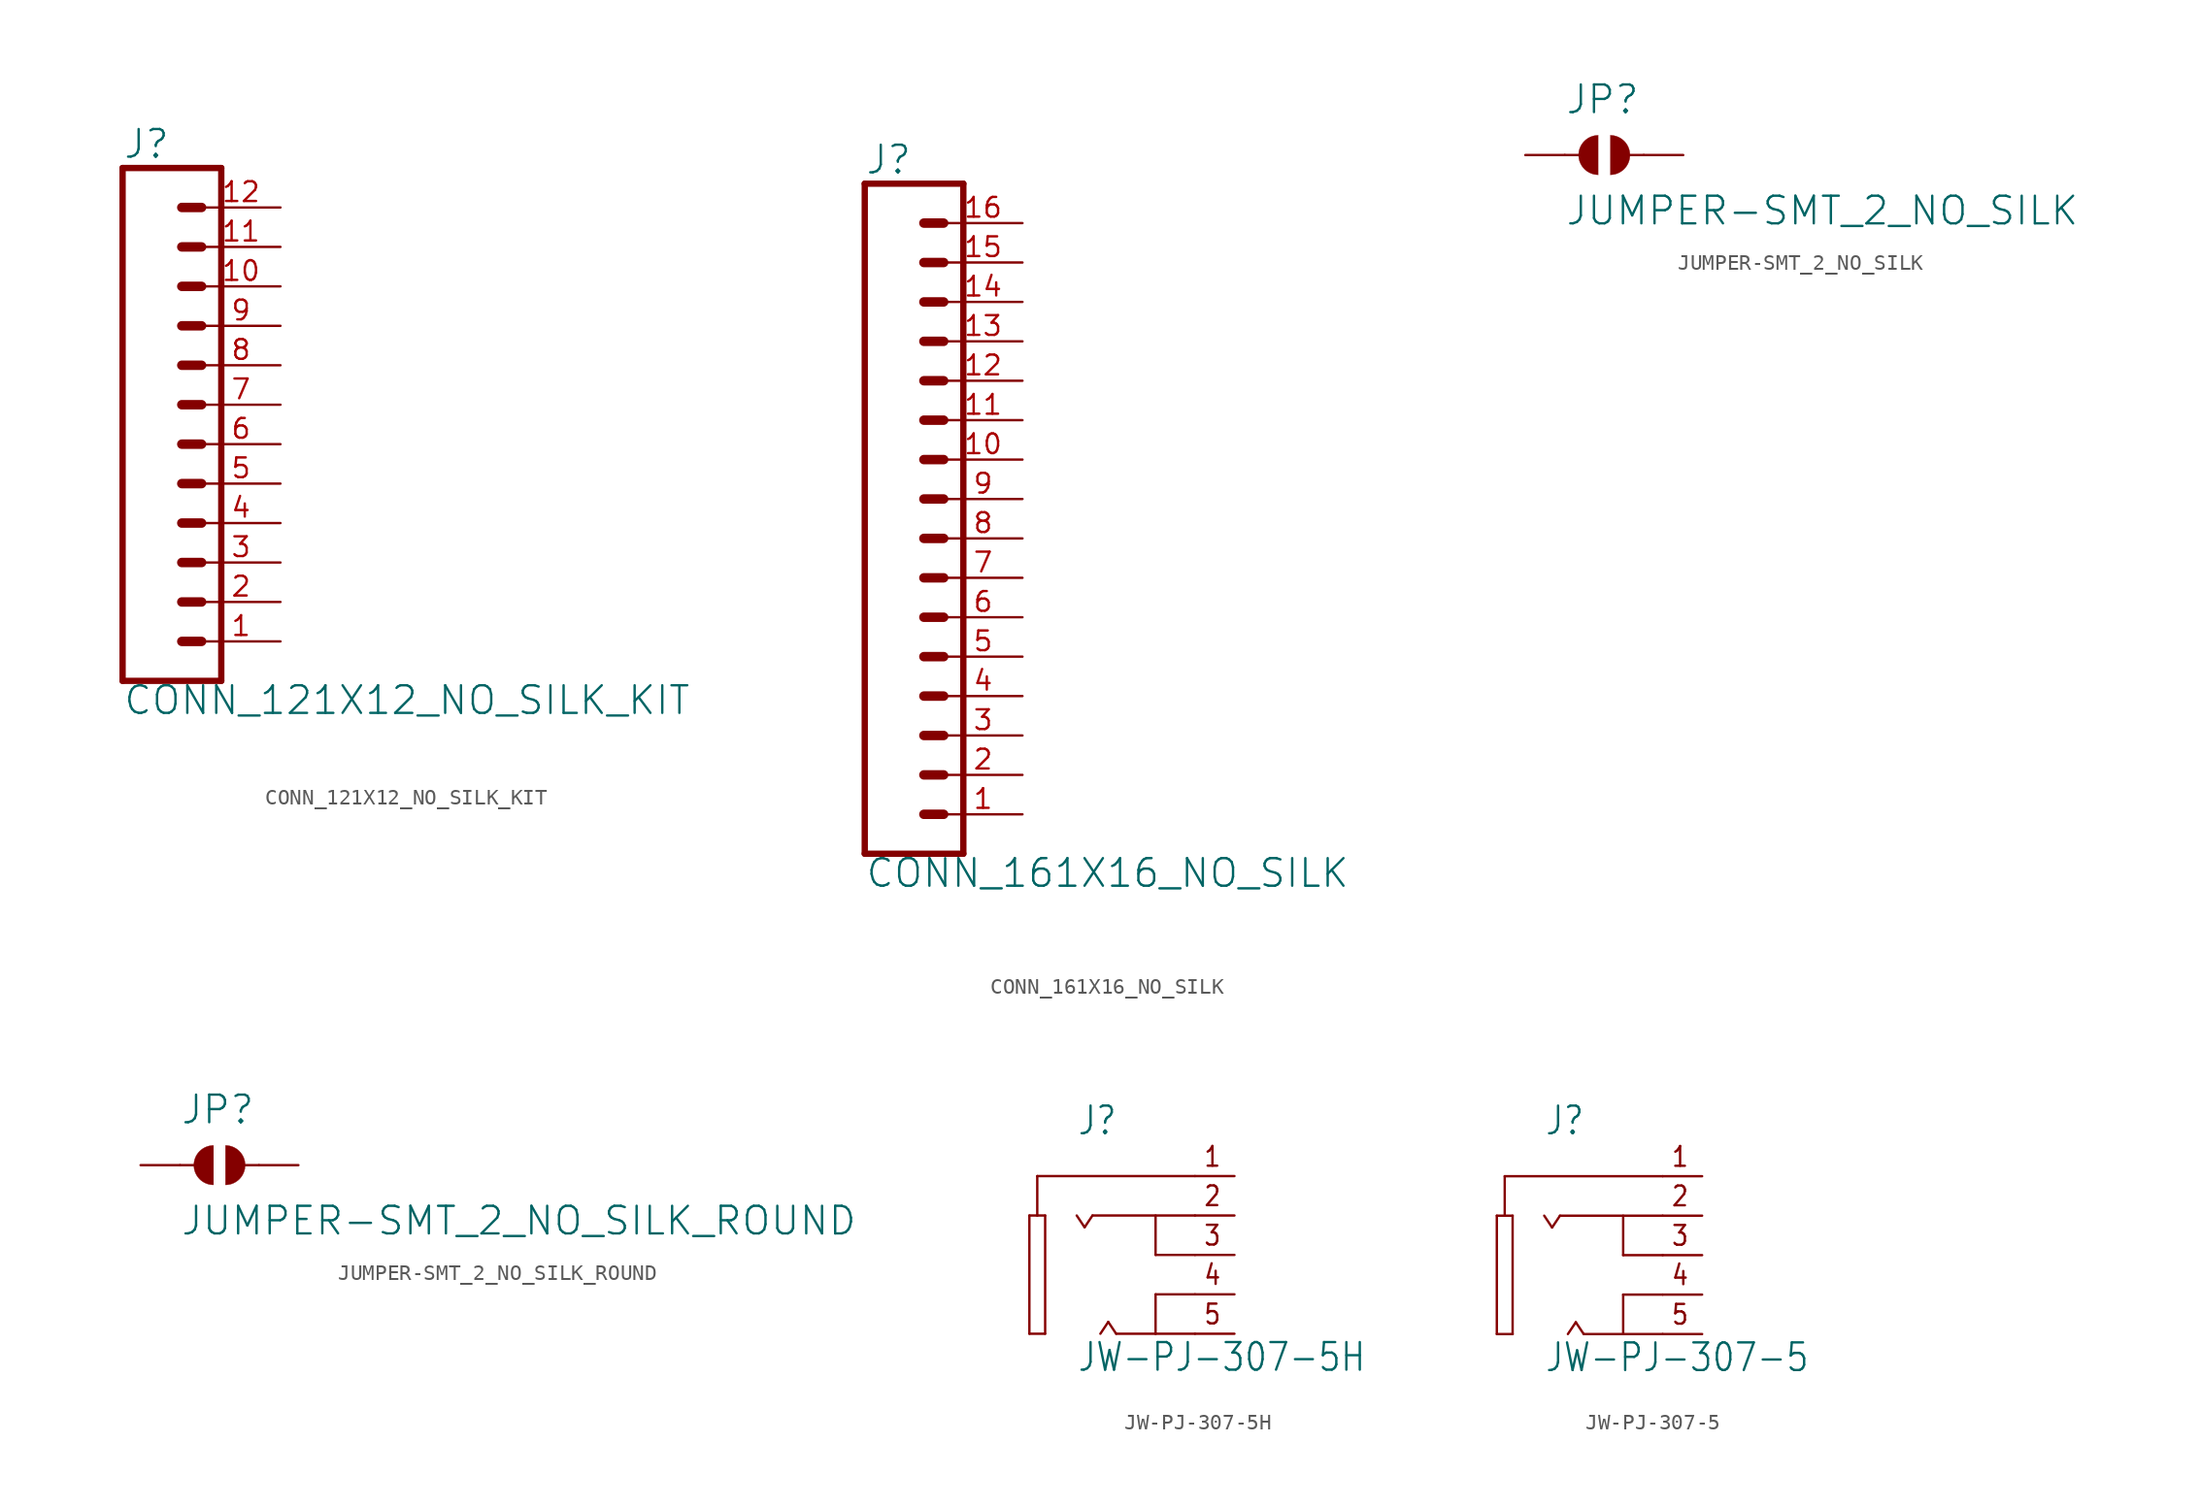
<source format=kicad_sym>
(kicad_symbol_lib
  (version 20220331)
  (generator kicad_symbol_editor)
  (symbol "CONN_121X12_NO_SILK_KIT"
    (property "Reference" "J"
      (at 0 15.748 0)
      (effects (font (size 1.778 1.778)) (justify left bottom)))
    (property "Value" "CONN_121X12_NO_SILK_KIT"
      (at 0 -20.066 0)
      (effects (font (size 1.778 1.778)) (justify left bottom)))
    (property "ki_locked" ""
      (at 0 0 0)
      (effects (font (size 1.27 1.27))))
    (symbol "CONN_121X12_NO_SILK_KIT_1_0"
      (polyline (pts (xy 0 15.24) (xy 0 -17.78)) (stroke (width 0.406) (type solid)) (fill (type none)))
      (polyline (pts (xy 0 15.24) (xy 6.35 15.24)) (stroke (width 0.406) (type solid)) (fill (type none)))
      (polyline (pts (xy 3.81 -15.24) (xy 5.08 -15.24)) (stroke (width 0.61) (type solid)) (fill (type none)))
      (polyline (pts (xy 3.81 -12.7) (xy 5.08 -12.7)) (stroke (width 0.61) (type solid)) (fill (type none)))
      (polyline (pts (xy 3.81 -10.16) (xy 5.08 -10.16)) (stroke (width 0.61) (type solid)) (fill (type none)))
      (polyline (pts (xy 3.81 -7.62) (xy 5.08 -7.62)) (stroke (width 0.61) (type solid)) (fill (type none)))
      (polyline (pts (xy 3.81 -5.08) (xy 5.08 -5.08)) (stroke (width 0.61) (type solid)) (fill (type none)))
      (polyline (pts (xy 3.81 -2.54) (xy 5.08 -2.54)) (stroke (width 0.61) (type solid)) (fill (type none)))
      (polyline (pts (xy 3.81 0) (xy 5.08 0)) (stroke (width 0.61) (type solid)) (fill (type none)))
      (polyline (pts (xy 3.81 2.54) (xy 5.08 2.54)) (stroke (width 0.61) (type solid)) (fill (type none)))
      (polyline (pts (xy 3.81 5.08) (xy 5.08 5.08)) (stroke (width 0.61) (type solid)) (fill (type none)))
      (polyline (pts (xy 3.81 7.62) (xy 5.08 7.62)) (stroke (width 0.61) (type solid)) (fill (type none)))
      (polyline (pts (xy 3.81 10.16) (xy 5.08 10.16)) (stroke (width 0.61) (type solid)) (fill (type none)))
      (polyline (pts (xy 3.81 12.7) (xy 5.08 12.7)) (stroke (width 0.61) (type solid)) (fill (type none)))
      (polyline (pts (xy 6.35 -17.78) (xy 0 -17.78)) (stroke (width 0.406) (type solid)) (fill (type none)))
      (polyline (pts (xy 6.35 -17.78) (xy 6.35 15.24)) (stroke (width 0.406) (type solid)) (fill (type none)))
      (pin passive line (at 10.16 -15.24 180) (length 5.08) (name "1" (effects (font (size 0 0)))) (number "1" (effects (font (size 1.27 1.27)))))
      (pin passive line (at 10.16 7.62 180) (length 5.08) (name "10" (effects (font (size 0 0)))) (number "10" (effects (font (size 1.27 1.27)))))
      (pin passive line (at 10.16 10.16 180) (length 5.08) (name "11" (effects (font (size 0 0)))) (number "11" (effects (font (size 1.27 1.27)))))
      (pin passive line (at 10.16 12.7 180) (length 5.08) (name "12" (effects (font (size 0 0)))) (number "12" (effects (font (size 1.27 1.27)))))
      (pin passive line (at 10.16 -12.7 180) (length 5.08) (name "2" (effects (font (size 0 0)))) (number "2" (effects (font (size 1.27 1.27)))))
      (pin passive line (at 10.16 -10.16 180) (length 5.08) (name "3" (effects (font (size 0 0)))) (number "3" (effects (font (size 1.27 1.27)))))
      (pin passive line (at 10.16 -7.62 180) (length 5.08) (name "4" (effects (font (size 0 0)))) (number "4" (effects (font (size 1.27 1.27)))))
      (pin passive line (at 10.16 -5.08 180) (length 5.08) (name "5" (effects (font (size 0 0)))) (number "5" (effects (font (size 1.27 1.27)))))
      (pin passive line (at 10.16 -2.54 180) (length 5.08) (name "6" (effects (font (size 0 0)))) (number "6" (effects (font (size 1.27 1.27)))))
      (pin passive line (at 10.16 0 180) (length 5.08) (name "7" (effects (font (size 0 0)))) (number "7" (effects (font (size 1.27 1.27)))))
      (pin passive line (at 10.16 2.54 180) (length 5.08) (name "8" (effects (font (size 0 0)))) (number "8" (effects (font (size 1.27 1.27)))))
      (pin passive line (at 10.16 5.08 180) (length 5.08) (name "9" (effects (font (size 0 0)))) (number "9" (effects (font (size 1.27 1.27)))))))
  (symbol "CONN_161X16_NO_SILK"
    (property "Reference" "J"
      (at 0 20.828 0)
      (effects (font (size 1.778 1.778)) (justify left bottom)))
    (property "Value" "CONN_161X16_NO_SILK"
      (at 0 -25.146 0)
      (effects (font (size 1.778 1.778)) (justify left bottom)))
    (property "ki_locked" ""
      (at 0 0 0)
      (effects (font (size 1.27 1.27))))
    (symbol "CONN_161X16_NO_SILK_1_0"
      (polyline (pts (xy 0 20.32) (xy 0 -22.86)) (stroke (width 0.406) (type solid)) (fill (type none)))
      (polyline (pts (xy 0 20.32) (xy 6.35 20.32)) (stroke (width 0.406) (type solid)) (fill (type none)))
      (polyline (pts (xy 3.81 -20.32) (xy 5.08 -20.32)) (stroke (width 0.61) (type solid)) (fill (type none)))
      (polyline (pts (xy 3.81 -17.78) (xy 5.08 -17.78)) (stroke (width 0.61) (type solid)) (fill (type none)))
      (polyline (pts (xy 3.81 -15.24) (xy 5.08 -15.24)) (stroke (width 0.61) (type solid)) (fill (type none)))
      (polyline (pts (xy 3.81 -12.7) (xy 5.08 -12.7)) (stroke (width 0.61) (type solid)) (fill (type none)))
      (polyline (pts (xy 3.81 -10.16) (xy 5.08 -10.16)) (stroke (width 0.61) (type solid)) (fill (type none)))
      (polyline (pts (xy 3.81 -7.62) (xy 5.08 -7.62)) (stroke (width 0.61) (type solid)) (fill (type none)))
      (polyline (pts (xy 3.81 -5.08) (xy 5.08 -5.08)) (stroke (width 0.61) (type solid)) (fill (type none)))
      (polyline (pts (xy 3.81 -2.54) (xy 5.08 -2.54)) (stroke (width 0.61) (type solid)) (fill (type none)))
      (polyline (pts (xy 3.81 0) (xy 5.08 0)) (stroke (width 0.61) (type solid)) (fill (type none)))
      (polyline (pts (xy 3.81 2.54) (xy 5.08 2.54)) (stroke (width 0.61) (type solid)) (fill (type none)))
      (polyline (pts (xy 3.81 5.08) (xy 5.08 5.08)) (stroke (width 0.61) (type solid)) (fill (type none)))
      (polyline (pts (xy 3.81 7.62) (xy 5.08 7.62)) (stroke (width 0.61) (type solid)) (fill (type none)))
      (polyline (pts (xy 3.81 10.16) (xy 5.08 10.16)) (stroke (width 0.61) (type solid)) (fill (type none)))
      (polyline (pts (xy 3.81 12.7) (xy 5.08 12.7)) (stroke (width 0.61) (type solid)) (fill (type none)))
      (polyline (pts (xy 3.81 15.24) (xy 5.08 15.24)) (stroke (width 0.61) (type solid)) (fill (type none)))
      (polyline (pts (xy 3.81 17.78) (xy 5.08 17.78)) (stroke (width 0.61) (type solid)) (fill (type none)))
      (polyline (pts (xy 6.35 -22.86) (xy 0 -22.86)) (stroke (width 0.406) (type solid)) (fill (type none)))
      (polyline (pts (xy 6.35 -22.86) (xy 6.35 20.32)) (stroke (width 0.406) (type solid)) (fill (type none)))
      (pin passive line (at 10.16 -20.32 180) (length 5.08) (name "1" (effects (font (size 0 0)))) (number "1" (effects (font (size 1.27 1.27)))))
      (pin passive line (at 10.16 2.54 180) (length 5.08) (name "10" (effects (font (size 0 0)))) (number "10" (effects (font (size 1.27 1.27)))))
      (pin passive line (at 10.16 5.08 180) (length 5.08) (name "11" (effects (font (size 0 0)))) (number "11" (effects (font (size 1.27 1.27)))))
      (pin passive line (at 10.16 7.62 180) (length 5.08) (name "12" (effects (font (size 0 0)))) (number "12" (effects (font (size 1.27 1.27)))))
      (pin passive line (at 10.16 10.16 180) (length 5.08) (name "13" (effects (font (size 0 0)))) (number "13" (effects (font (size 1.27 1.27)))))
      (pin passive line (at 10.16 12.7 180) (length 5.08) (name "14" (effects (font (size 0 0)))) (number "14" (effects (font (size 1.27 1.27)))))
      (pin passive line (at 10.16 15.24 180) (length 5.08) (name "15" (effects (font (size 0 0)))) (number "15" (effects (font (size 1.27 1.27)))))
      (pin passive line (at 10.16 17.78 180) (length 5.08) (name "16" (effects (font (size 0 0)))) (number "16" (effects (font (size 1.27 1.27)))))
      (pin passive line (at 10.16 -17.78 180) (length 5.08) (name "2" (effects (font (size 0 0)))) (number "2" (effects (font (size 1.27 1.27)))))
      (pin passive line (at 10.16 -15.24 180) (length 5.08) (name "3" (effects (font (size 0 0)))) (number "3" (effects (font (size 1.27 1.27)))))
      (pin passive line (at 10.16 -12.7 180) (length 5.08) (name "4" (effects (font (size 0 0)))) (number "4" (effects (font (size 1.27 1.27)))))
      (pin passive line (at 10.16 -10.16 180) (length 5.08) (name "5" (effects (font (size 0 0)))) (number "5" (effects (font (size 1.27 1.27)))))
      (pin passive line (at 10.16 -7.62 180) (length 5.08) (name "6" (effects (font (size 0 0)))) (number "6" (effects (font (size 1.27 1.27)))))
      (pin passive line (at 10.16 -5.08 180) (length 5.08) (name "7" (effects (font (size 0 0)))) (number "7" (effects (font (size 1.27 1.27)))))
      (pin passive line (at 10.16 -2.54 180) (length 5.08) (name "8" (effects (font (size 0 0)))) (number "8" (effects (font (size 1.27 1.27)))))
      (pin passive line (at 10.16 0 180) (length 5.08) (name "9" (effects (font (size 0 0)))) (number "9" (effects (font (size 1.27 1.27)))))))
  (symbol "JUMPER-SMT_2_NO_SILK"
    (property "Reference" "JP"
      (at -2.54 2.54 0)
      (effects (font (size 1.778 1.778)) (justify left bottom)))
    (property "Value" "JUMPER-SMT_2_NO_SILK"
      (at -2.54 -2.54 0)
      (effects (font (size 1.778 1.778)) (justify left top)))
    (property "ki_locked" ""
      (at 0 0 0)
      (effects (font (size 1.27 1.27))))
    (symbol "JUMPER-SMT_2_NO_SILK_1_0"
      (arc (start -0.381 1.2699) (mid -1.6508 0) (end -0.381 -1.2699) (stroke (width 0.0001) (type solid)) (fill (type outline)))
      (polyline (pts (xy -2.54 0) (xy -1.651 0)) (stroke (width 0.152) (type solid)) (fill (type none)))
      (polyline (pts (xy 2.54 0) (xy 1.651 0)) (stroke (width 0.152) (type solid)) (fill (type none)))
      (arc (start 0.381 -1.2699) (mid 1.6508 0) (end 0.381 1.2699) (stroke (width 0.0001) (type solid)) (fill (type outline)))
      (pin passive line (at -5.08 0 0) (length 2.54) (name "1" (effects (font (size 0 0)))) (number "1" (effects (font (size 0 0)))))
      (pin passive line (at 5.08 0 180) (length 2.54) (name "2" (effects (font (size 0 0)))) (number "2" (effects (font (size 0 0)))))))
  (symbol "JUMPER-SMT_2_NO_SILK_ROUND"
    (property "Reference" "JP"
      (at -2.54 2.54 0)
      (effects (font (size 1.778 1.778)) (justify left bottom)))
    (property "Value" "JUMPER-SMT_2_NO_SILK_ROUND"
      (at -2.54 -2.54 0)
      (effects (font (size 1.778 1.778)) (justify left top)))
    (property "ki_locked" ""
      (at 0 0 0)
      (effects (font (size 1.27 1.27))))
    (symbol "JUMPER-SMT_2_NO_SILK_ROUND_1_0"
      (arc (start -0.381 1.2699) (mid -1.6508 0) (end -0.381 -1.2699) (stroke (width 0.0001) (type solid)) (fill (type outline)))
      (polyline (pts (xy -2.54 0) (xy -1.651 0)) (stroke (width 0.152) (type solid)) (fill (type none)))
      (polyline (pts (xy 2.54 0) (xy 1.651 0)) (stroke (width 0.152) (type solid)) (fill (type none)))
      (arc (start 0.381 -1.2699) (mid 1.6508 0) (end 0.381 1.2699) (stroke (width 0.0001) (type solid)) (fill (type outline)))
      (pin passive line (at -5.08 0 0) (length 2.54) (name "1" (effects (font (size 0 0)))) (number "1" (effects (font (size 0 0)))))
      (pin passive line (at 5.08 0 180) (length 2.54) (name "2" (effects (font (size 0 0)))) (number "2" (effects (font (size 0 0)))))))
  (symbol "JW-PJ-307-5H"
    (property "Reference" "J"
      (at -2.54 7.62 0)
      (effects (font (size 1.778 1.511)) (justify left bottom)))
    (property "Value" "JW-PJ-307-5H"
      (at -2.54 -7.62 0)
      (effects (font (size 1.778 1.511)) (justify left bottom)))
    (property "ki_locked" ""
      (at 0 0 0)
      (effects (font (size 1.27 1.27))))
    (symbol "JW-PJ-307-5H_1_0"
      (polyline (pts (xy -5.588 -5.08) (xy -4.572 -5.08)) (stroke (width 0.152) (type solid)) (fill (type none)))
      (polyline (pts (xy -5.588 2.54) (xy -5.588 -5.08)) (stroke (width 0.152) (type solid)) (fill (type none)))
      (polyline (pts (xy -5.08 2.54) (xy -5.588 2.54)) (stroke (width 0.152) (type solid)) (fill (type none)))
      (polyline (pts (xy -5.08 5.08) (xy -5.08 2.54)) (stroke (width 0.152) (type solid)) (fill (type none)))
      (polyline (pts (xy -4.572 -5.08) (xy -4.572 2.54)) (stroke (width 0.152) (type solid)) (fill (type none)))
      (polyline (pts (xy -4.572 2.54) (xy -5.08 2.54)) (stroke (width 0.152) (type solid)) (fill (type none)))
      (polyline (pts (xy -2.032 1.778) (xy -2.54 2.54)) (stroke (width 0.152) (type solid)) (fill (type none)))
      (polyline (pts (xy -1.524 2.54) (xy -2.032 1.778)) (stroke (width 0.152) (type solid)) (fill (type none)))
      (polyline (pts (xy -0.508 -4.318) (xy -1.016 -5.08)) (stroke (width 0.152) (type solid)) (fill (type none)))
      (polyline (pts (xy 0 -5.08) (xy -0.508 -4.318)) (stroke (width 0.152) (type solid)) (fill (type none)))
      (polyline (pts (xy 2.54 -5.08) (xy 0 -5.08)) (stroke (width 0.152) (type solid)) (fill (type none)))
      (polyline (pts (xy 2.54 -2.54) (xy 2.54 -5.08)) (stroke (width 0.152) (type solid)) (fill (type none)))
      (polyline (pts (xy 2.54 0) (xy 2.54 2.54)) (stroke (width 0.152) (type solid)) (fill (type none)))
      (polyline (pts (xy 5.08 -5.08) (xy 2.54 -5.08)) (stroke (width 0.152) (type solid)) (fill (type none)))
      (polyline (pts (xy 5.08 -2.54) (xy 2.54 -2.54)) (stroke (width 0.152) (type solid)) (fill (type none)))
      (polyline (pts (xy 5.08 0) (xy 2.54 0)) (stroke (width 0.152) (type solid)) (fill (type none)))
      (polyline (pts (xy 5.08 2.54) (xy -1.524 2.54)) (stroke (width 0.152) (type solid)) (fill (type none)))
      (polyline (pts (xy 5.08 5.08) (xy -5.08 5.08)) (stroke (width 0.152) (type solid)) (fill (type none)))
      (text "1" (at 5.588 5.588 0) (effects (font (size 1.27 1.079)) (justify left bottom)))
      (text "2" (at 5.588 3.048 0) (effects (font (size 1.27 1.079)) (justify left bottom)))
      (text "3" (at 5.588 0.508 0) (effects (font (size 1.27 1.079)) (justify left bottom)))
      (text "4" (at 5.588 -2.032 0) (effects (font (size 1.27 1.079)) (justify left bottom)))
      (text "5" (at 5.588 -4.572 0) (effects (font (size 1.27 1.079)) (justify left bottom)))
      (pin passive line (at 7.62 5.08 180) (length 2.54) (name "1" (effects (font (size 0 0)))) (number "1" (effects (font (size 0 0)))))
      (pin passive line (at 7.62 2.54 180) (length 2.54) (name "2" (effects (font (size 0 0)))) (number "2" (effects (font (size 0 0)))))
      (pin passive line (at 7.62 0 180) (length 2.54) (name "3" (effects (font (size 0 0)))) (number "3" (effects (font (size 0 0)))))
      (pin passive line (at 7.62 -2.54 180) (length 2.54) (name "4" (effects (font (size 0 0)))) (number "4" (effects (font (size 0 0)))))
      (pin passive line (at 7.62 -5.08 180) (length 2.54) (name "5" (effects (font (size 0 0)))) (number "5" (effects (font (size 0 0)))))))
  (symbol "JW-PJ-307-5"
    (property "Reference" "J"
      (at -2.54 7.62 0)
      (effects (font (size 1.778 1.511)) (justify left bottom)))
    (property "Value" "JW-PJ-307-5"
      (at -2.54 -7.62 0)
      (effects (font (size 1.778 1.511)) (justify left bottom)))
    (property "ki_locked" ""
      (at 0 0 0)
      (effects (font (size 1.27 1.27))))
    (symbol "JW-PJ-307-5_1_0"
      (polyline (pts (xy -5.588 -5.08) (xy -4.572 -5.08)) (stroke (width 0.152) (type solid)) (fill (type none)))
      (polyline (pts (xy -5.588 2.54) (xy -5.588 -5.08)) (stroke (width 0.152) (type solid)) (fill (type none)))
      (polyline (pts (xy -5.08 2.54) (xy -5.588 2.54)) (stroke (width 0.152) (type solid)) (fill (type none)))
      (polyline (pts (xy -5.08 5.08) (xy -5.08 2.54)) (stroke (width 0.152) (type solid)) (fill (type none)))
      (polyline (pts (xy -4.572 -5.08) (xy -4.572 2.54)) (stroke (width 0.152) (type solid)) (fill (type none)))
      (polyline (pts (xy -4.572 2.54) (xy -5.08 2.54)) (stroke (width 0.152) (type solid)) (fill (type none)))
      (polyline (pts (xy -2.032 1.778) (xy -2.54 2.54)) (stroke (width 0.152) (type solid)) (fill (type none)))
      (polyline (pts (xy -1.524 2.54) (xy -2.032 1.778)) (stroke (width 0.152) (type solid)) (fill (type none)))
      (polyline (pts (xy -0.508 -4.318) (xy -1.016 -5.08)) (stroke (width 0.152) (type solid)) (fill (type none)))
      (polyline (pts (xy 0 -5.08) (xy -0.508 -4.318)) (stroke (width 0.152) (type solid)) (fill (type none)))
      (polyline (pts (xy 2.54 -5.08) (xy 0 -5.08)) (stroke (width 0.152) (type solid)) (fill (type none)))
      (polyline (pts (xy 2.54 -2.54) (xy 2.54 -5.08)) (stroke (width 0.152) (type solid)) (fill (type none)))
      (polyline (pts (xy 2.54 0) (xy 2.54 2.54)) (stroke (width 0.152) (type solid)) (fill (type none)))
      (polyline (pts (xy 5.08 -5.08) (xy 2.54 -5.08)) (stroke (width 0.152) (type solid)) (fill (type none)))
      (polyline (pts (xy 5.08 -2.54) (xy 2.54 -2.54)) (stroke (width 0.152) (type solid)) (fill (type none)))
      (polyline (pts (xy 5.08 0) (xy 2.54 0)) (stroke (width 0.152) (type solid)) (fill (type none)))
      (polyline (pts (xy 5.08 2.54) (xy -1.524 2.54)) (stroke (width 0.152) (type solid)) (fill (type none)))
      (polyline (pts (xy 5.08 5.08) (xy -5.08 5.08)) (stroke (width 0.152) (type solid)) (fill (type none)))
      (text "1" (at 5.588 5.588 0) (effects (font (size 1.27 1.079)) (justify left bottom)))
      (text "2" (at 5.588 3.048 0) (effects (font (size 1.27 1.079)) (justify left bottom)))
      (text "3" (at 5.588 0.508 0) (effects (font (size 1.27 1.079)) (justify left bottom)))
      (text "4" (at 5.588 -2.032 0) (effects (font (size 1.27 1.079)) (justify left bottom)))
      (text "5" (at 5.588 -4.572 0) (effects (font (size 1.27 1.079)) (justify left bottom)))
      (pin passive line (at 7.62 5.08 180) (length 2.54) (name "1" (effects (font (size 0 0)))) (number "1" (effects (font (size 0 0)))))
      (pin passive line (at 7.62 2.54 180) (length 2.54) (name "2" (effects (font (size 0 0)))) (number "2" (effects (font (size 0 0)))))
      (pin passive line (at 7.62 0 180) (length 2.54) (name "3" (effects (font (size 0 0)))) (number "3" (effects (font (size 0 0)))))
      (pin passive line (at 7.62 -2.54 180) (length 2.54) (name "4" (effects (font (size 0 0)))) (number "4" (effects (font (size 0 0)))))
      (pin passive line (at 7.62 -5.08 180) (length 2.54) (name "5" (effects (font (size 0 0)))) (number "5" (effects (font (size 0 0))))))))
</source>
